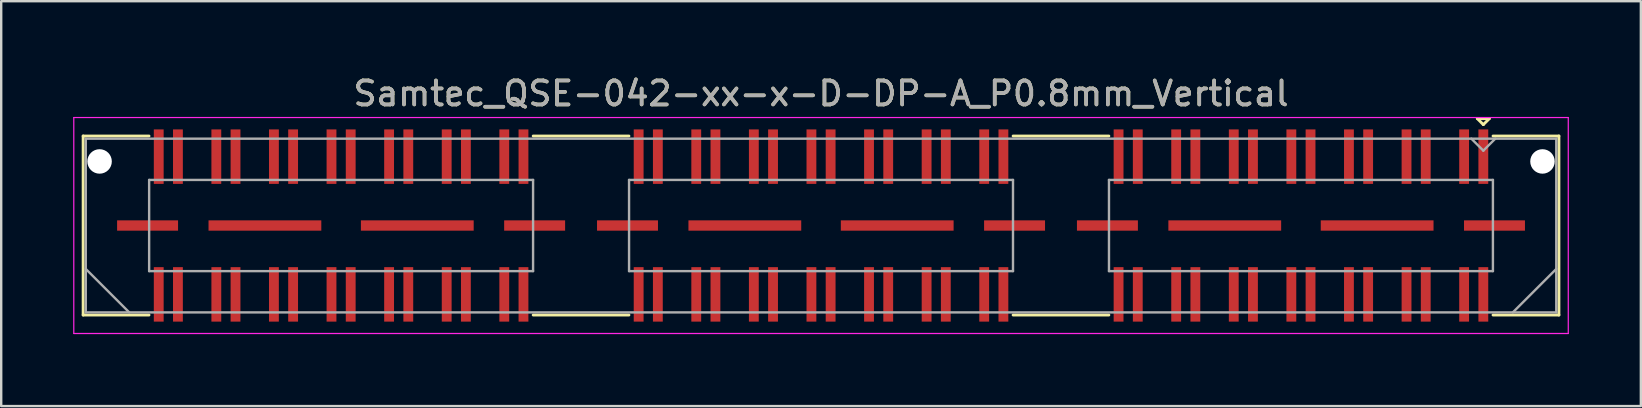
<source format=kicad_pcb>
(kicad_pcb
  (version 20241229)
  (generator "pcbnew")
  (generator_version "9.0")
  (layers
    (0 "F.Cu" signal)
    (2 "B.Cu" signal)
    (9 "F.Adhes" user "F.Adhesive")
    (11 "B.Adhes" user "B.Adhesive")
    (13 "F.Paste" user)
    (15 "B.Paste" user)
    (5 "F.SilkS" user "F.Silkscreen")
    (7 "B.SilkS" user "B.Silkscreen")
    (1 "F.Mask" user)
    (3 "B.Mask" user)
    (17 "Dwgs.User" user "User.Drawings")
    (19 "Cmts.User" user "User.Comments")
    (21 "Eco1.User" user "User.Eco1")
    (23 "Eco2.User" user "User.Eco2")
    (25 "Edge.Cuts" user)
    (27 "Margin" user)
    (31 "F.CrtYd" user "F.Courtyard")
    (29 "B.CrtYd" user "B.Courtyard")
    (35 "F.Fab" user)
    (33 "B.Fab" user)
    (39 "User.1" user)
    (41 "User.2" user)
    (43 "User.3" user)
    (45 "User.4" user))
  (footprint "Samtec_QSE-042-xx-x-D-DP-A_P0.8mm_Vertical"
    (layer "F.Cu")
    (at 31.165 6.348)
    (property "Reference" "Samtec_QSE-042-xx-x-D-DP-A_P0.8mm_Vertical" (at 0 -5.5 0) (layer "F.SilkS") (effects (font (size 1 1) (thickness 0.15))))
    (attr smd)
    (fp_line (start -30.75 -3.73) (end -28.005 -3.73) (stroke (width 0.12) (type solid)) (layer "F.SilkS"))
    (fp_line (start -30.75 3.73) (end -30.75 -3.73) (stroke (width 0.12) (type solid)) (layer "F.SilkS"))
    (fp_line (start -28.005 3.73) (end -30.75 3.73) (stroke (width 0.12) (type solid)) (layer "F.SilkS"))
    (fp_line (start -8.005 -3.73) (end -11.995 -3.73) (stroke (width 0.12) (type solid)) (layer "F.SilkS"))
    (fp_line (start -8.005 3.73) (end -11.995 3.73) (stroke (width 0.12) (type solid)) (layer "F.SilkS"))
    (fp_line (start 11.995 -3.73) (end 8.005 -3.73) (stroke (width 0.12) (type solid)) (layer "F.SilkS"))
    (fp_line (start 11.995 3.73) (end 8.005 3.73) (stroke (width 0.12) (type solid)) (layer "F.SilkS"))
    (fp_line (start 27.35 -4.455) (end 27.85 -4.455) (stroke (width 0.12) (type solid)) (layer "F.SilkS"))
    (fp_line (start 27.6 -4.205) (end 27.35 -4.455) (stroke (width 0.12) (type solid)) (layer "F.SilkS"))
    (fp_line (start 27.85 -4.455) (end 27.6 -4.205) (stroke (width 0.12) (type solid)) (layer "F.SilkS"))
    (fp_line (start 28.005 3.73) (end 30.75 3.73) (stroke (width 0.12) (type solid)) (layer "F.SilkS"))
    (fp_line (start 30.75 -3.73) (end 28.005 -3.73) (stroke (width 0.12) (type solid)) (layer "F.SilkS"))
    (fp_line (start 30.75 3.73) (end 30.75 -3.73) (stroke (width 0.12) (type solid)) (layer "F.SilkS"))
    (fp_line (start -31.14 -4.5) (end -31.14 4.5) (stroke (width 0.05) (type solid)) (layer "F.CrtYd"))
    (fp_line (start -31.14 4.5) (end 31.14 4.5) (stroke (width 0.05) (type solid)) (layer "F.CrtYd"))
    (fp_line (start 31.14 -4.5) (end -31.14 -4.5) (stroke (width 0.05) (type solid)) (layer "F.CrtYd"))
    (fp_line (start 31.14 4.5) (end 31.14 -4.5) (stroke (width 0.05) (type solid)) (layer "F.CrtYd"))
    (fp_line (start -30.64 -3.62) (end -30.64 3.62) (stroke (width 0.1) (type solid)) (layer "F.Fab"))
    (fp_line (start -30.64 1.81) (end -28.83 3.62) (stroke (width 0.1) (type solid)) (layer "F.Fab"))
    (fp_line (start -30.64 3.62) (end 30.64 3.62) (stroke (width 0.1) (type solid)) (layer "F.Fab"))
    (fp_line (start -28 -1.9) (end -28 1.9) (stroke (width 0.1) (type solid)) (layer "F.Fab"))
    (fp_line (start -28 1.9) (end -12 1.9) (stroke (width 0.1) (type solid)) (layer "F.Fab"))
    (fp_line (start -12 -1.9) (end -28 -1.9) (stroke (width 0.1) (type solid)) (layer "F.Fab"))
    (fp_line (start -12 1.9) (end -12 -1.9) (stroke (width 0.1) (type solid)) (layer "F.Fab"))
    (fp_line (start -8 -1.9) (end -8 1.9) (stroke (width 0.1) (type solid)) (layer "F.Fab"))
    (fp_line (start -8 1.9) (end 8 1.9) (stroke (width 0.1) (type solid)) (layer "F.Fab"))
    (fp_line (start 8 -1.9) (end -8 -1.9) (stroke (width 0.1) (type solid)) (layer "F.Fab"))
    (fp_line (start 8 1.9) (end 8 -1.9) (stroke (width 0.1) (type solid)) (layer "F.Fab"))
    (fp_line (start 12 -1.9) (end 12 1.9) (stroke (width 0.1) (type solid)) (layer "F.Fab"))
    (fp_line (start 12 1.9) (end 28 1.9) (stroke (width 0.1) (type solid)) (layer "F.Fab"))
    (fp_line (start 27.6 -3.12) (end 27.1 -3.62) (stroke (width 0.1) (type solid)) (layer "F.Fab"))
    (fp_line (start 28 -1.9) (end 12 -1.9) (stroke (width 0.1) (type solid)) (layer "F.Fab"))
    (fp_line (start 28 1.9) (end 28 -1.9) (stroke (width 0.1) (type solid)) (layer "F.Fab"))
    (fp_line (start 28.1 -3.62) (end 27.6 -3.12) (stroke (width 0.1) (type solid)) (layer "F.Fab"))
    (fp_line (start 30.64 -3.62) (end -30.64 -3.62) (stroke (width 0.1) (type solid)) (layer "F.Fab"))
    (fp_line (start 30.64 1.81) (end 28.83 3.62) (stroke (width 0.1) (type solid)) (layer "F.Fab"))
    (fp_line (start 30.64 3.62) (end 30.64 -3.62) (stroke (width 0.1) (type solid)) (layer "F.Fab"))
    (fp_text user "${REFERENCE}" (at 0 -5.5 0) (layer "F.Fab") (effects (font (size 1 1) (thickness 0.15))))
    (pad "" np_thru_hole circle (at -30.065 -2.67) (size 1.02 1.02) (drill 1.02) (layers "*.Cu" "*.Mask"))
    (pad "" np_thru_hole circle (at 30.065 -2.67) (size 1.02 1.02) (drill 1.02) (layers "*.Cu" "*.Mask"))
    (pad "1" smd rect (at 27.6 -2.87) (size 0.41 2.27) (layers "F.Cu" "F.Mask" "F.Paste"))
    (pad "2" smd rect (at 27.6 2.87) (size 0.41 2.27) (layers "F.Cu" "F.Mask" "F.Paste"))
    (pad "3" smd rect (at 26.8 -2.87) (size 0.41 2.27) (layers "F.Cu" "F.Mask" "F.Paste"))
    (pad "4" smd rect (at 26.8 2.87) (size 0.41 2.27) (layers "F.Cu" "F.Mask" "F.Paste"))
    (pad "5" smd rect (at 25.2 -2.87) (size 0.41 2.27) (layers "F.Cu" "F.Mask" "F.Paste"))
    (pad "6" smd rect (at 25.2 2.87) (size 0.41 2.27) (layers "F.Cu" "F.Mask" "F.Paste"))
    (pad "7" smd rect (at 24.4 -2.87) (size 0.41 2.27) (layers "F.Cu" "F.Mask" "F.Paste"))
    (pad "8" smd rect (at 24.4 2.87) (size 0.41 2.27) (layers "F.Cu" "F.Mask" "F.Paste"))
    (pad "9" smd rect (at 22.8 -2.87) (size 0.41 2.27) (layers "F.Cu" "F.Mask" "F.Paste"))
    (pad "10" smd rect (at 22.8 2.87) (size 0.41 2.27) (layers "F.Cu" "F.Mask" "F.Paste"))
    (pad "11" smd rect (at 22 -2.87) (size 0.41 2.27) (layers "F.Cu" "F.Mask" "F.Paste"))
    (pad "12" smd rect (at 22 2.87) (size 0.41 2.27) (layers "F.Cu" "F.Mask" "F.Paste"))
    (pad "13" smd rect (at 20.4 -2.87) (size 0.41 2.27) (layers "F.Cu" "F.Mask" "F.Paste"))
    (pad "14" smd rect (at 20.4 2.87) (size 0.41 2.27) (layers "F.Cu" "F.Mask" "F.Paste"))
    (pad "15" smd rect (at 19.6 -2.87) (size 0.41 2.27) (layers "F.Cu" "F.Mask" "F.Paste"))
    (pad "16" smd rect (at 19.6 2.87) (size 0.41 2.27) (layers "F.Cu" "F.Mask" "F.Paste"))
    (pad "17" smd rect (at 18 -2.87) (size 0.41 2.27) (layers "F.Cu" "F.Mask" "F.Paste"))
    (pad "18" smd rect (at 18 2.87) (size 0.41 2.27) (layers "F.Cu" "F.Mask" "F.Paste"))
    (pad "19" smd rect (at 17.2 -2.87) (size 0.41 2.27) (layers "F.Cu" "F.Mask" "F.Paste"))
    (pad "20" smd rect (at 17.2 2.87) (size 0.41 2.27) (layers "F.Cu" "F.Mask" "F.Paste"))
    (pad "21" smd rect (at 15.6 -2.87) (size 0.41 2.27) (layers "F.Cu" "F.Mask" "F.Paste"))
    (pad "22" smd rect (at 15.6 2.87) (size 0.41 2.27) (layers "F.Cu" "F.Mask" "F.Paste"))
    (pad "23" smd rect (at 14.8 -2.87) (size 0.41 2.27) (layers "F.Cu" "F.Mask" "F.Paste"))
    (pad "24" smd rect (at 14.8 2.87) (size 0.41 2.27) (layers "F.Cu" "F.Mask" "F.Paste"))
    (pad "25" smd rect (at 13.2 -2.87) (size 0.41 2.27) (layers "F.Cu" "F.Mask" "F.Paste"))
    (pad "26" smd rect (at 13.2 2.87) (size 0.41 2.27) (layers "F.Cu" "F.Mask" "F.Paste"))
    (pad "27" smd rect (at 12.4 -2.87) (size 0.41 2.27) (layers "F.Cu" "F.Mask" "F.Paste"))
    (pad "28" smd rect (at 12.4 2.87) (size 0.41 2.27) (layers "F.Cu" "F.Mask" "F.Paste"))
    (pad "29" smd rect (at 7.6 -2.87) (size 0.41 2.27) (layers "F.Cu" "F.Mask" "F.Paste"))
    (pad "30" smd rect (at 7.6 2.87) (size 0.41 2.27) (layers "F.Cu" "F.Mask" "F.Paste"))
    (pad "31" smd rect (at 6.8 -2.87) (size 0.41 2.27) (layers "F.Cu" "F.Mask" "F.Paste"))
    (pad "32" smd rect (at 6.8 2.87) (size 0.41 2.27) (layers "F.Cu" "F.Mask" "F.Paste"))
    (pad "33" smd rect (at 5.2 -2.87) (size 0.41 2.27) (layers "F.Cu" "F.Mask" "F.Paste"))
    (pad "34" smd rect (at 5.2 2.87) (size 0.41 2.27) (layers "F.Cu" "F.Mask" "F.Paste"))
    (pad "35" smd rect (at 4.4 -2.87) (size 0.41 2.27) (layers "F.Cu" "F.Mask" "F.Paste"))
    (pad "36" smd rect (at 4.4 2.87) (size 0.41 2.27) (layers "F.Cu" "F.Mask" "F.Paste"))
    (pad "37" smd rect (at 2.8 -2.87) (size 0.41 2.27) (layers "F.Cu" "F.Mask" "F.Paste"))
    (pad "38" smd rect (at 2.8 2.87) (size 0.41 2.27) (layers "F.Cu" "F.Mask" "F.Paste"))
    (pad "39" smd rect (at 2 -2.87) (size 0.41 2.27) (layers "F.Cu" "F.Mask" "F.Paste"))
    (pad "40" smd rect (at 2 2.87) (size 0.41 2.27) (layers "F.Cu" "F.Mask" "F.Paste"))
    (pad "41" smd rect (at 0.4 -2.87) (size 0.41 2.27) (layers "F.Cu" "F.Mask" "F.Paste"))
    (pad "42" smd rect (at 0.4 2.87) (size 0.41 2.27) (layers "F.Cu" "F.Mask" "F.Paste"))
    (pad "43" smd rect (at -0.4 -2.87) (size 0.41 2.27) (layers "F.Cu" "F.Mask" "F.Paste"))
    (pad "44" smd rect (at -0.4 2.87) (size 0.41 2.27) (layers "F.Cu" "F.Mask" "F.Paste"))
    (pad "45" smd rect (at -2 -2.87) (size 0.41 2.27) (layers "F.Cu" "F.Mask" "F.Paste"))
    (pad "46" smd rect (at -2 2.87) (size 0.41 2.27) (layers "F.Cu" "F.Mask" "F.Paste"))
    (pad "47" smd rect (at -2.8 -2.87) (size 0.41 2.27) (layers "F.Cu" "F.Mask" "F.Paste"))
    (pad "48" smd rect (at -2.8 2.87) (size 0.41 2.27) (layers "F.Cu" "F.Mask" "F.Paste"))
    (pad "49" smd rect (at -4.4 -2.87) (size 0.41 2.27) (layers "F.Cu" "F.Mask" "F.Paste"))
    (pad "50" smd rect (at -4.4 2.87) (size 0.41 2.27) (layers "F.Cu" "F.Mask" "F.Paste"))
    (pad "51" smd rect (at -5.2 -2.87) (size 0.41 2.27) (layers "F.Cu" "F.Mask" "F.Paste"))
    (pad "52" smd rect (at -5.2 2.87) (size 0.41 2.27) (layers "F.Cu" "F.Mask" "F.Paste"))
    (pad "53" smd rect (at -6.8 -2.87) (size 0.41 2.27) (layers "F.Cu" "F.Mask" "F.Paste"))
    (pad "54" smd rect (at -6.8 2.87) (size 0.41 2.27) (layers "F.Cu" "F.Mask" "F.Paste"))
    (pad "55" smd rect (at -7.6 -2.87) (size 0.41 2.27) (layers "F.Cu" "F.Mask" "F.Paste"))
    (pad "56" smd rect (at -7.6 2.87) (size 0.41 2.27) (layers "F.Cu" "F.Mask" "F.Paste"))
    (pad "57" smd rect (at -12.4 -2.87) (size 0.41 2.27) (layers "F.Cu" "F.Mask" "F.Paste"))
    (pad "58" smd rect (at -12.4 2.87) (size 0.41 2.27) (layers "F.Cu" "F.Mask" "F.Paste"))
    (pad "59" smd rect (at -13.2 -2.87) (size 0.41 2.27) (layers "F.Cu" "F.Mask" "F.Paste"))
    (pad "60" smd rect (at -13.2 2.87) (size 0.41 2.27) (layers "F.Cu" "F.Mask" "F.Paste"))
    (pad "61" smd rect (at -14.8 -2.87) (size 0.41 2.27) (layers "F.Cu" "F.Mask" "F.Paste"))
    (pad "62" smd rect (at -14.8 2.87) (size 0.41 2.27) (layers "F.Cu" "F.Mask" "F.Paste"))
    (pad "63" smd rect (at -15.6 -2.87) (size 0.41 2.27) (layers "F.Cu" "F.Mask" "F.Paste"))
    (pad "64" smd rect (at -15.6 2.87) (size 0.41 2.27) (layers "F.Cu" "F.Mask" "F.Paste"))
    (pad "65" smd rect (at -17.2 -2.87) (size 0.41 2.27) (layers "F.Cu" "F.Mask" "F.Paste"))
    (pad "66" smd rect (at -17.2 2.87) (size 0.41 2.27) (layers "F.Cu" "F.Mask" "F.Paste"))
    (pad "67" smd rect (at -18 -2.87) (size 0.41 2.27) (layers "F.Cu" "F.Mask" "F.Paste"))
    (pad "68" smd rect (at -18 2.87) (size 0.41 2.27) (layers "F.Cu" "F.Mask" "F.Paste"))
    (pad "69" smd rect (at -19.6 -2.87) (size 0.41 2.27) (layers "F.Cu" "F.Mask" "F.Paste"))
    (pad "70" smd rect (at -19.6 2.87) (size 0.41 2.27) (layers "F.Cu" "F.Mask" "F.Paste"))
    (pad "71" smd rect (at -20.4 -2.87) (size 0.41 2.27) (layers "F.Cu" "F.Mask" "F.Paste"))
    (pad "72" smd rect (at -20.4 2.87) (size 0.41 2.27) (layers "F.Cu" "F.Mask" "F.Paste"))
    (pad "73" smd rect (at -22 -2.87) (size 0.41 2.27) (layers "F.Cu" "F.Mask" "F.Paste"))
    (pad "74" smd rect (at -22 2.87) (size 0.41 2.27) (layers "F.Cu" "F.Mask" "F.Paste"))
    (pad "75" smd rect (at -22.8 -2.87) (size 0.41 2.27) (layers "F.Cu" "F.Mask" "F.Paste"))
    (pad "76" smd rect (at -22.8 2.87) (size 0.41 2.27) (layers "F.Cu" "F.Mask" "F.Paste"))
    (pad "77" smd rect (at -24.4 -2.87) (size 0.41 2.27) (layers "F.Cu" "F.Mask" "F.Paste"))
    (pad "78" smd rect (at -24.4 2.87) (size 0.41 2.27) (layers "F.Cu" "F.Mask" "F.Paste"))
    (pad "79" smd rect (at -25.2 -2.87) (size 0.41 2.27) (layers "F.Cu" "F.Mask" "F.Paste"))
    (pad "80" smd rect (at -25.2 2.87) (size 0.41 2.27) (layers "F.Cu" "F.Mask" "F.Paste"))
    (pad "81" smd rect (at -26.8 -2.87) (size 0.41 2.27) (layers "F.Cu" "F.Mask" "F.Paste"))
    (pad "82" smd rect (at -26.8 2.87) (size 0.41 2.27) (layers "F.Cu" "F.Mask" "F.Paste"))
    (pad "83" smd rect (at -27.6 -2.87) (size 0.41 2.27) (layers "F.Cu" "F.Mask" "F.Paste"))
    (pad "84" smd rect (at -27.6 2.87) (size 0.41 2.27) (layers "F.Cu" "F.Mask" "F.Paste"))
    (pad "P1" smd rect (at 11.935 0) (size 2.54 0.43) (layers "F.Cu" "F.Mask" "F.Paste"))
    (pad "P1" smd rect (at 16.825 0) (size 4.7 0.43) (layers "F.Cu" "F.Mask" "F.Paste"))
    (pad "P1" smd rect (at 23.175 0) (size 4.7 0.43) (layers "F.Cu" "F.Mask" "F.Paste"))
    (pad "P1" smd rect (at 28.065 0) (size 2.54 0.43) (layers "F.Cu" "F.Mask" "F.Paste"))
    (pad "P2" smd rect (at -8.065 0) (size 2.54 0.43) (layers "F.Cu" "F.Mask" "F.Paste"))
    (pad "P2" smd rect (at -3.175 0) (size 4.7 0.43) (layers "F.Cu" "F.Mask" "F.Paste"))
    (pad "P2" smd rect (at 3.175 0) (size 4.7 0.43) (layers "F.Cu" "F.Mask" "F.Paste"))
    (pad "P2" smd rect (at 8.065 0) (size 2.54 0.43) (layers "F.Cu" "F.Mask" "F.Paste"))
    (pad "P3" smd rect (at -28.065 0) (size 2.54 0.43) (layers "F.Cu" "F.Mask" "F.Paste"))
    (pad "P3" smd rect (at -23.175 0) (size 4.7 0.43) (layers "F.Cu" "F.Mask" "F.Paste"))
    (pad "P3" smd rect (at -16.825 0) (size 4.7 0.43) (layers "F.Cu" "F.Mask" "F.Paste"))
    (pad "P3" smd rect (at -11.935 0) (size 2.54 0.43) (layers "F.Cu" "F.Mask" "F.Paste")))
  (gr_rect
    (start -3 -3)
    (end 65.33 13.873)
    (stroke (width 0.1) (type default))
    (fill no)
    (layer "Edge.Cuts")))
</source>
